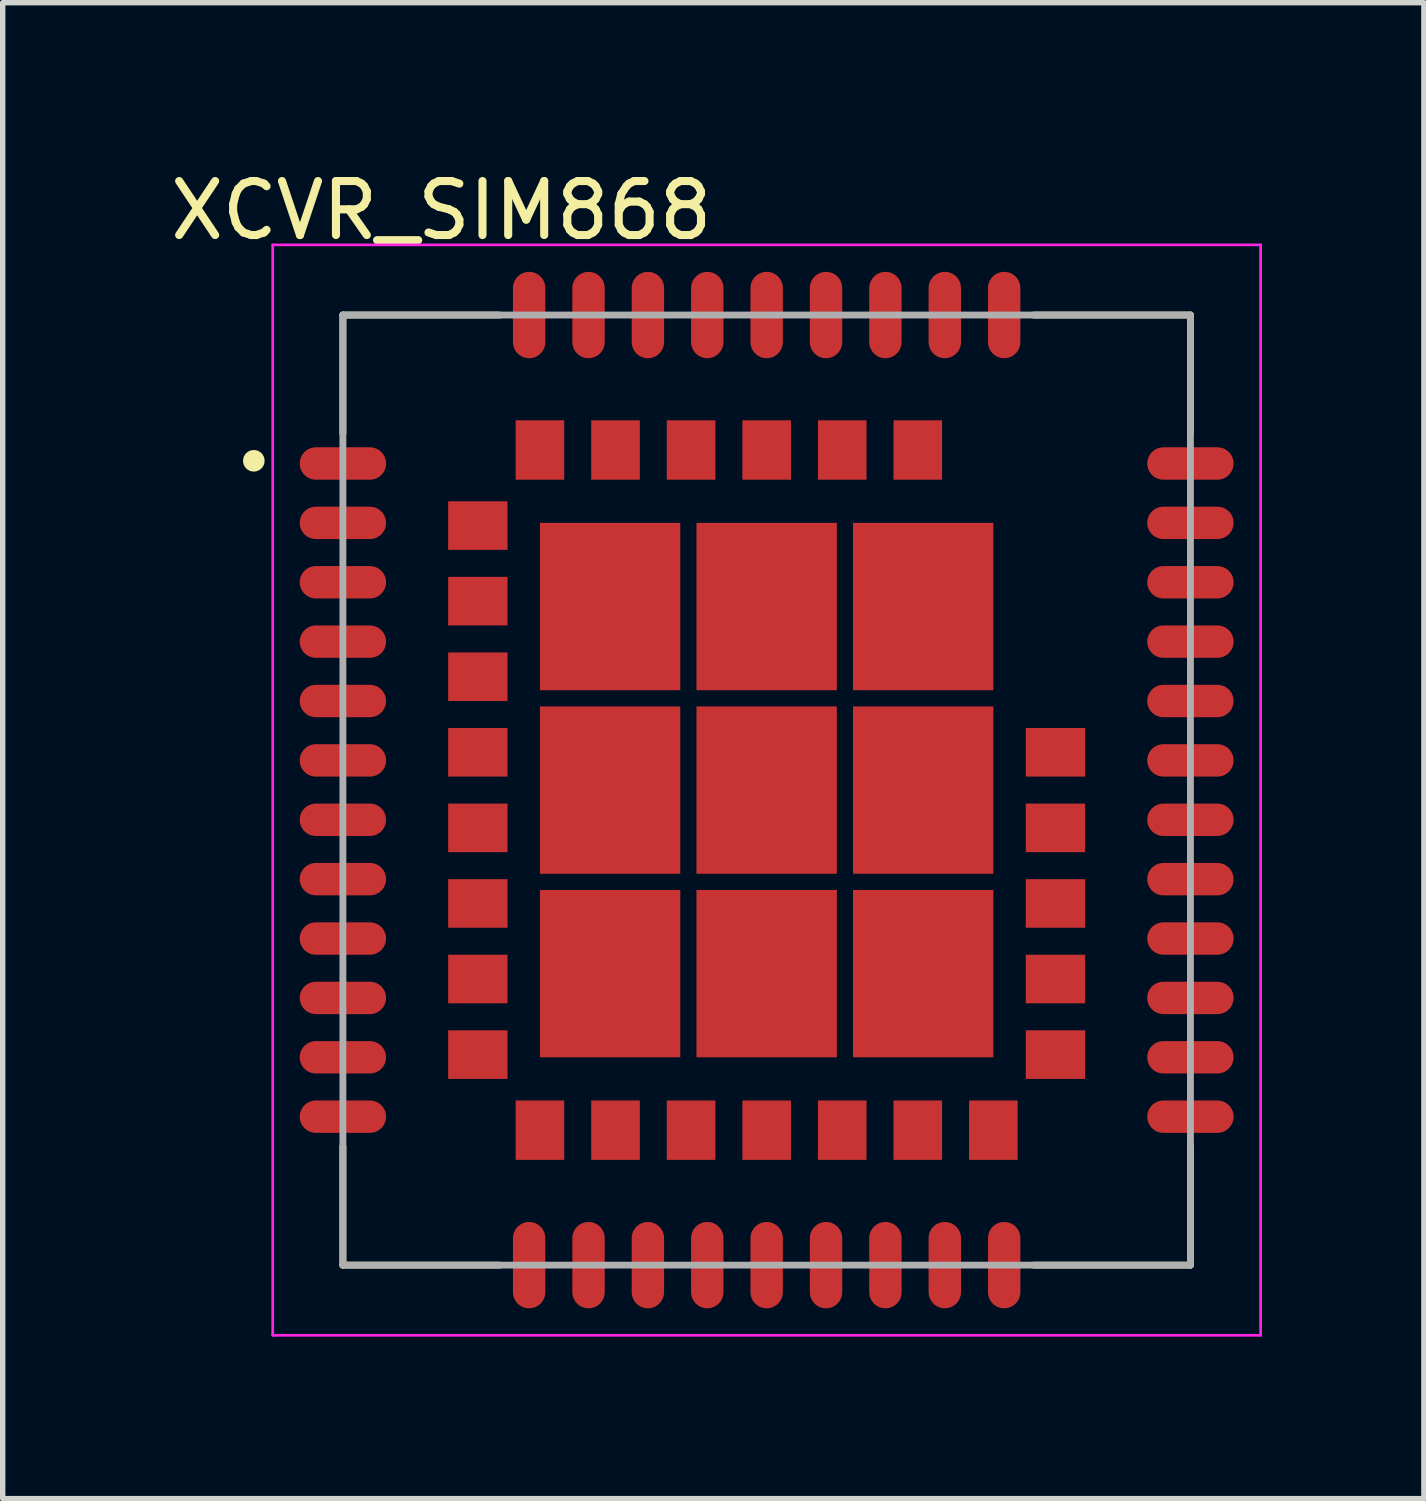
<source format=kicad_pcb>
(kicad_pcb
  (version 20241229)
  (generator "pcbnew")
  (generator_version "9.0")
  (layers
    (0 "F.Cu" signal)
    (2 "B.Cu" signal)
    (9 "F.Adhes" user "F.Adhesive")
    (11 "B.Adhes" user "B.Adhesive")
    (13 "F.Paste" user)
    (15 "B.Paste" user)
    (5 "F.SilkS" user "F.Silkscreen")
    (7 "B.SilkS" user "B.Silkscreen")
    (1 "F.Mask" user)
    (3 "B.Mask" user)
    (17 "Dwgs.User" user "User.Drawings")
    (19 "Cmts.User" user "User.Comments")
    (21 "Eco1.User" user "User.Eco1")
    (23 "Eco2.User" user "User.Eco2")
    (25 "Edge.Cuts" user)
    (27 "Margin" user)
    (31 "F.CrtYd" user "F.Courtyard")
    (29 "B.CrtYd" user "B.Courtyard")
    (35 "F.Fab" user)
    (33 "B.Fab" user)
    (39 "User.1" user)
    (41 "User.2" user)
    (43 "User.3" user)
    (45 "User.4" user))
  (footprint "XCVR_SIM868"
    (layer "F.Cu")
    (at 11.152 11.586)
    (property "Reference" "XCVR_SIM868" (at -6.026 -10.737 0) (layer "F.SilkS") (effects (font (size 1 1) (thickness 0.15))))
    (attr smd)
    (fp_line (start -7.85 -8.8) (end -4.95 -8.8) (stroke (width 0.127) (type solid)) (layer "F.SilkS"))
    (fp_line (start -7.85 -6.6) (end -7.85 -8.8) (stroke (width 0.127) (type solid)) (layer "F.SilkS"))
    (fp_line (start -7.85 6.6) (end -7.85 8.8) (stroke (width 0.127) (type solid)) (layer "F.SilkS"))
    (fp_line (start -7.85 8.8) (end -4.95 8.8) (stroke (width 0.127) (type solid)) (layer "F.SilkS"))
    (fp_line (start 4.95 -8.8) (end 7.85 -8.8) (stroke (width 0.127) (type solid)) (layer "F.SilkS"))
    (fp_line (start 4.95 8.8) (end 7.85 8.8) (stroke (width 0.127) (type solid)) (layer "F.SilkS"))
    (fp_line (start 7.85 -8.8) (end 7.85 -6.6) (stroke (width 0.127) (type solid)) (layer "F.SilkS"))
    (fp_line (start 7.85 8.8) (end 7.85 6.6) (stroke (width 0.127) (type solid)) (layer "F.SilkS"))
    (fp_circle (center -9.5 -6.1) (end -9.4 -6.1) (stroke (width 0.2) (type solid)) (fill no) (layer "F.SilkS"))
    (fp_poly (pts (xy -5.838 4.95) (xy -5.4 4.95) (xy -5.4 5.258) (xy -5.838 5.258)) (stroke (width 0.01) (type solid)) (fill yes) (layer "F.Paste"))
    (fp_poly (pts (xy -5.834 4.55) (xy -5.4 4.55) (xy -5.4 4.854) (xy -5.834 4.854)) (stroke (width 0.01) (type solid)) (fill yes) (layer "F.Paste"))
    (fp_poly (pts (xy -5.834 -0.655) (xy -5.405 -0.655) (xy -5.405 -0.346) (xy -5.834 -0.346)) (stroke (width 0.01) (type solid)) (fill yes) (layer "F.Paste"))
    (fp_poly (pts (xy -5.833 -2.457) (xy -5.407 -2.457) (xy -5.407 -2.147) (xy -5.833 -2.147)) (stroke (width 0.01) (type solid)) (fill yes) (layer "F.Paste"))
    (fp_poly (pts (xy -5.833 3.149) (xy -5.401 3.149) (xy -5.401 3.453) (xy -5.833 3.453)) (stroke (width 0.01) (type solid)) (fill yes) (layer "F.Paste"))
    (fp_poly (pts (xy -5.833 -3.458) (xy -5.408 -3.458) (xy -5.408 -3.147) (xy -5.833 -3.147)) (stroke (width 0.01) (type solid)) (fill yes) (layer "F.Paste"))
    (fp_poly (pts (xy -5.832 2.149) (xy -5.401 2.149) (xy -5.401 2.452) (xy -5.832 2.452)) (stroke (width 0.01) (type solid)) (fill yes) (layer "F.Paste"))
    (fp_poly (pts (xy -5.832 3.55) (xy -5.4 3.55) (xy -5.4 3.852) (xy -5.832 3.852)) (stroke (width 0.01) (type solid)) (fill yes) (layer "F.Paste"))
    (fp_poly (pts (xy -5.832 -3.858) (xy -5.408 -3.858) (xy -5.408 -3.548) (xy -5.832 -3.548)) (stroke (width 0.01) (type solid)) (fill yes) (layer "F.Paste"))
    (fp_poly (pts (xy -5.832 0.749) (xy -5.401 0.749) (xy -5.401 1.052) (xy -5.832 1.052)) (stroke (width 0.01) (type solid)) (fill yes) (layer "F.Paste"))
    (fp_poly (pts (xy -5.831 -4.858) (xy -5.408 -4.858) (xy -5.408 -4.549) (xy -5.831 -4.549)) (stroke (width 0.01) (type solid)) (fill yes) (layer "F.Paste"))
    (fp_poly (pts (xy -5.831 -5.259) (xy -5.409 -5.259) (xy -5.409 -4.949) (xy -5.831 -4.949)) (stroke (width 0.01) (type solid)) (fill yes) (layer "F.Paste"))
    (fp_poly (pts (xy -5.831 1.75) (xy -5.4 1.75) (xy -5.4 2.051) (xy -5.831 2.051)) (stroke (width 0.01) (type solid)) (fill yes) (layer "F.Paste"))
    (fp_poly (pts (xy -5.831 -2.051) (xy -5.401 -2.051) (xy -5.401 -1.749) (xy -5.831 -1.749)) (stroke (width 0.01) (type solid)) (fill yes) (layer "F.Paste"))
    (fp_poly (pts (xy -5.831 0.35) (xy -5.4 0.35) (xy -5.4 0.651) (xy -5.831 0.651)) (stroke (width 0.01) (type solid)) (fill yes) (layer "F.Paste"))
    (fp_poly (pts (xy -5.83 -1.05) (xy -5.4 -1.05) (xy -5.4 -0.75) (xy -5.83 -0.75)) (stroke (width 0.01) (type solid)) (fill yes) (layer "F.Paste"))
    (fp_poly (pts (xy -5.309 4.95) (xy -4.87 4.95) (xy -4.87 5.259) (xy -5.309 5.259)) (stroke (width 0.01) (type solid)) (fill yes) (layer "F.Paste"))
    (fp_poly (pts (xy -5.306 1.747) (xy -4.873 1.747) (xy -4.873 2.056) (xy -5.306 2.056)) (stroke (width 0.01) (type solid)) (fill yes) (layer "F.Paste"))
    (fp_poly (pts (xy -5.305 4.55) (xy -4.87 4.55) (xy -4.87 4.855) (xy -5.305 4.855)) (stroke (width 0.01) (type solid)) (fill yes) (layer "F.Paste"))
    (fp_poly (pts (xy -5.305 0.346) (xy -4.874 0.346) (xy -4.874 0.655) (xy -5.305 0.655)) (stroke (width 0.01) (type solid)) (fill yes) (layer "F.Paste"))
    (fp_poly (pts (xy -5.305 0.747) (xy -4.873 0.747) (xy -4.873 1.055) (xy -5.305 1.055)) (stroke (width 0.01) (type solid)) (fill yes) (layer "F.Paste"))
    (fp_poly (pts (xy -5.304 3.149) (xy -4.871 3.149) (xy -4.871 3.454) (xy -5.304 3.454)) (stroke (width 0.01) (type solid)) (fill yes) (layer "F.Paste"))
    (fp_poly (pts (xy -5.304 2.149) (xy -4.871 2.149) (xy -4.871 2.454) (xy -5.304 2.454)) (stroke (width 0.01) (type solid)) (fill yes) (layer "F.Paste"))
    (fp_poly (pts (xy -5.302 -1.053) (xy -4.873 -1.053) (xy -4.873 -0.748) (xy -5.302 -0.748)) (stroke (width 0.01) (type solid)) (fill yes) (layer "F.Paste"))
    (fp_poly (pts (xy -5.302 3.55) (xy -4.87 3.55) (xy -4.87 3.852) (xy -5.302 3.852)) (stroke (width 0.01) (type solid)) (fill yes) (layer "F.Paste"))
    (fp_poly (pts (xy -5.301 -3.857) (xy -4.877 -3.857) (xy -4.877 -3.549) (xy -5.301 -3.549)) (stroke (width 0.01) (type solid)) (fill yes) (layer "F.Paste"))
    (fp_poly (pts (xy -5.301 -3.455) (xy -4.875 -3.455) (xy -4.875 -3.149) (xy -5.301 -3.149)) (stroke (width 0.01) (type solid)) (fill yes) (layer "F.Paste"))
    (fp_poly (pts (xy -5.301 -2.052) (xy -4.872 -2.052) (xy -4.872 -1.749) (xy -5.301 -1.749)) (stroke (width 0.01) (type solid)) (fill yes) (layer "F.Paste"))
    (fp_poly (pts (xy -5.301 -0.651) (xy -4.871 -0.651) (xy -4.871 -0.349) (xy -5.301 -0.349)) (stroke (width 0.01) (type solid)) (fill yes) (layer "F.Paste"))
    (fp_poly (pts (xy -5.301 -2.452) (xy -4.872 -2.452) (xy -4.872 -2.149) (xy -5.301 -2.149)) (stroke (width 0.01) (type solid)) (fill yes) (layer "F.Paste"))
    (fp_poly (pts (xy -5.301 -4.859) (xy -4.879 -4.859) (xy -4.879 -4.549) (xy -5.301 -4.549)) (stroke (width 0.01) (type solid)) (fill yes) (layer "F.Paste"))
    (fp_poly (pts (xy -5.3 -5.254) (xy -4.874 -5.254) (xy -4.874 -4.95) (xy -5.3 -4.95)) (stroke (width 0.01) (type solid)) (fill yes) (layer "F.Paste"))
    (fp_poly (pts (xy -4.555 -6.25) (xy -4.25 -6.25) (xy -4.25 -5.827) (xy -4.555 -5.827)) (stroke (width 0.01) (type solid)) (fill yes) (layer "F.Paste"))
    (fp_poly (pts (xy -4.554 5.82) (xy -4.25 5.82) (xy -4.25 6.256) (xy -4.554 6.256)) (stroke (width 0.01) (type solid)) (fill yes) (layer "F.Paste"))
    (fp_poly (pts (xy -4.554 6.35) (xy -4.25 6.35) (xy -4.25 6.786) (xy -4.554 6.786)) (stroke (width 0.01) (type solid)) (fill yes) (layer "F.Paste"))
    (fp_poly (pts (xy -4.554 -6.78) (xy -4.25 -6.78) (xy -4.25 -6.356) (xy -4.554 -6.356)) (stroke (width 0.01) (type solid)) (fill yes) (layer "F.Paste"))
    (fp_poly (pts (xy -4.156 5.82) (xy -3.85 5.82) (xy -3.85 6.26) (xy -4.156 6.26)) (stroke (width 0.01) (type solid)) (fill yes) (layer "F.Paste"))
    (fp_poly (pts (xy -4.155 -6.25) (xy -3.85 -6.25) (xy -3.85 -5.827) (xy -4.155 -5.827)) (stroke (width 0.01) (type solid)) (fill yes) (layer "F.Paste"))
    (fp_poly (pts (xy -4.153 -6.78) (xy -3.85 -6.78) (xy -3.85 -6.355) (xy -4.153 -6.355)) (stroke (width 0.01) (type solid)) (fill yes) (layer "F.Paste"))
    (fp_poly (pts (xy -4.151 6.35) (xy -3.85 6.35) (xy -3.85 6.782) (xy -4.151 6.782)) (stroke (width 0.01) (type solid)) (fill yes) (layer "F.Paste"))
    (fp_poly (pts (xy -3.907 -1.25) (xy -3.2 -1.25) (xy -3.2 -0.301) (xy -3.907 -0.301)) (stroke (width 0.01) (type solid)) (fill yes) (layer "F.Paste"))
    (fp_poly (pts (xy -3.905 3.7) (xy -3.2 3.7) (xy -3.2 4.656) (xy -3.905 4.656)) (stroke (width 0.01) (type solid)) (fill yes) (layer "F.Paste"))
    (fp_poly (pts (xy -3.905 2.15) (xy -3.2 2.15) (xy -3.2 3.104) (xy -3.905 3.104)) (stroke (width 0.01) (type solid)) (fill yes) (layer "F.Paste"))
    (fp_poly (pts (xy -3.905 -3.1) (xy -3.2 -3.1) (xy -3.2 -2.153) (xy -3.905 -2.153)) (stroke (width 0.01) (type solid)) (fill yes) (layer "F.Paste"))
    (fp_poly (pts (xy -3.904 -4.65) (xy -3.2 -4.65) (xy -3.2 -3.704) (xy -3.904 -3.704)) (stroke (width 0.01) (type solid)) (fill yes) (layer "F.Paste"))
    (fp_poly (pts (xy -3.903 0.3) (xy -3.2 0.3) (xy -3.2 1.251) (xy -3.903 1.251)) (stroke (width 0.01) (type solid)) (fill yes) (layer "F.Paste"))
    (fp_poly (pts (xy -3.155 -6.25) (xy -2.85 -6.25) (xy -2.85 -5.83) (xy -3.155 -5.83)) (stroke (width 0.01) (type solid)) (fill yes) (layer "F.Paste"))
    (fp_poly (pts (xy -3.154 6.35) (xy -2.85 6.35) (xy -2.85 6.788) (xy -3.154 6.788)) (stroke (width 0.01) (type solid)) (fill yes) (layer "F.Paste"))
    (fp_poly (pts (xy -3.153 -6.78) (xy -2.85 -6.78) (xy -2.85 -6.356) (xy -3.153 -6.356)) (stroke (width 0.01) (type solid)) (fill yes) (layer "F.Paste"))
    (fp_poly (pts (xy -3.151 5.82) (xy -2.85 5.82) (xy -2.85 6.252) (xy -3.151 6.252)) (stroke (width 0.01) (type solid)) (fill yes) (layer "F.Paste"))
    (fp_poly (pts (xy -2.754 5.82) (xy -2.45 5.82) (xy -2.45 6.26) (xy -2.754 6.26)) (stroke (width 0.01) (type solid)) (fill yes) (layer "F.Paste"))
    (fp_poly (pts (xy -2.754 6.35) (xy -2.45 6.35) (xy -2.45 6.789) (xy -2.754 6.789)) (stroke (width 0.01) (type solid)) (fill yes) (layer "F.Paste"))
    (fp_poly (pts (xy -2.752 -6.78) (xy -2.45 -6.78) (xy -2.45 -6.355) (xy -2.752 -6.355)) (stroke (width 0.01) (type solid)) (fill yes) (layer "F.Paste"))
    (fp_poly (pts (xy -2.752 -6.25) (xy -2.45 -6.25) (xy -2.45 -5.823) (xy -2.752 -5.823)) (stroke (width 0.01) (type solid)) (fill yes) (layer "F.Paste"))
    (fp_poly (pts (xy -2.604 3.7) (xy -1.9 3.7) (xy -1.9 4.658) (xy -2.604 4.658)) (stroke (width 0.01) (type solid)) (fill yes) (layer "F.Paste"))
    (fp_poly (pts (xy -2.603 -3.1) (xy -1.9 -3.1) (xy -1.9 -2.153) (xy -2.603 -2.153)) (stroke (width 0.01) (type solid)) (fill yes) (layer "F.Paste"))
    (fp_poly (pts (xy -2.602 0.3) (xy -1.9 0.3) (xy -1.9 1.251) (xy -2.602 1.251)) (stroke (width 0.01) (type solid)) (fill yes) (layer "F.Paste"))
    (fp_poly (pts (xy -2.602 -4.65) (xy -1.9 -4.65) (xy -1.9 -3.703) (xy -2.602 -3.703)) (stroke (width 0.01) (type solid)) (fill yes) (layer "F.Paste"))
    (fp_poly (pts (xy -2.6 -1.25) (xy -1.9 -1.25) (xy -1.9 -0.3) (xy -2.6 -0.3)) (stroke (width 0.01) (type solid)) (fill yes) (layer "F.Paste"))
    (fp_poly (pts (xy -2.6 2.15) (xy -1.9 2.15) (xy -1.9 3.1) (xy -2.6 3.1)) (stroke (width 0.01) (type solid)) (fill yes) (layer "F.Paste"))
    (fp_poly (pts (xy -1.753 5.82) (xy -1.45 5.82) (xy -1.45 6.26) (xy -1.753 6.26)) (stroke (width 0.01) (type solid)) (fill yes) (layer "F.Paste"))
    (fp_poly (pts (xy -1.751 -6.25) (xy -1.45 -6.25) (xy -1.45 -5.823) (xy -1.751 -5.823)) (stroke (width 0.01) (type solid)) (fill yes) (layer "F.Paste"))
    (fp_poly (pts (xy -1.751 -6.78) (xy -1.45 -6.78) (xy -1.45 -6.352) (xy -1.751 -6.352)) (stroke (width 0.01) (type solid)) (fill yes) (layer "F.Paste"))
    (fp_poly (pts (xy -1.75 6.35) (xy -1.45 6.35) (xy -1.45 6.782) (xy -1.75 6.782)) (stroke (width 0.01) (type solid)) (fill yes) (layer "F.Paste"))
    (fp_poly (pts (xy -1.353 -6.78) (xy -1.05 -6.78) (xy -1.05 -6.363) (xy -1.353 -6.363)) (stroke (width 0.01) (type solid)) (fill yes) (layer "F.Paste"))
    (fp_poly (pts (xy -1.352 5.82) (xy -1.05 5.82) (xy -1.05 6.259) (xy -1.352 6.259)) (stroke (width 0.01) (type solid)) (fill yes) (layer "F.Paste"))
    (fp_poly (pts (xy -1.351 6.35) (xy -1.05 6.35) (xy -1.05 6.788) (xy -1.351 6.788)) (stroke (width 0.01) (type solid)) (fill yes) (layer "F.Paste"))
    (fp_poly (pts (xy -1.351 -6.25) (xy -1.05 -6.25) (xy -1.05 -5.824) (xy -1.351 -5.824)) (stroke (width 0.01) (type solid)) (fill yes) (layer "F.Paste"))
    (fp_poly (pts (xy -1.002 -1.25) (xy -0.3 -1.25) (xy -0.3 -0.301) (xy -1.002 -0.301)) (stroke (width 0.01) (type solid)) (fill yes) (layer "F.Paste"))
    (fp_poly (pts (xy -1.002 2.15) (xy -0.3 2.15) (xy -0.3 3.105) (xy -1.002 3.105)) (stroke (width 0.01) (type solid)) (fill yes) (layer "F.Paste"))
    (fp_poly (pts (xy -1.001 3.7) (xy -0.3 3.7) (xy -0.3 4.655) (xy -1.001 4.655)) (stroke (width 0.01) (type solid)) (fill yes) (layer "F.Paste"))
    (fp_poly (pts (xy -1.001 -4.65) (xy -0.3 -4.65) (xy -0.3 -3.704) (xy -1.001 -3.704)) (stroke (width 0.01) (type solid)) (fill yes) (layer "F.Paste"))
    (fp_poly (pts (xy -1.001 0.3) (xy -0.3 0.3) (xy -0.3 1.251) (xy -1.001 1.251)) (stroke (width 0.01) (type solid)) (fill yes) (layer "F.Paste"))
    (fp_poly (pts (xy -1.001 -3.1) (xy -0.3 -3.1) (xy -0.3 -2.151) (xy -1.001 -2.151)) (stroke (width 0.01) (type solid)) (fill yes) (layer "F.Paste"))
    (fp_poly (pts (xy -0.351 -6.25) (xy -0.05 -6.25) (xy -0.05 -5.83) (xy -0.351 -5.83)) (stroke (width 0.01) (type solid)) (fill yes) (layer "F.Paste"))
    (fp_poly (pts (xy -0.35 -6.78) (xy -0.05 -6.78) (xy -0.05 -6.351) (xy -0.35 -6.351)) (stroke (width 0.01) (type solid)) (fill yes) (layer "F.Paste"))
    (fp_poly (pts (xy -0.35 5.82) (xy -0.05 5.82) (xy -0.05 6.251) (xy -0.35 6.251)) (stroke (width 0.01) (type solid)) (fill yes) (layer "F.Paste"))
    (fp_poly (pts (xy -0.35 6.35) (xy -0.05 6.35) (xy -0.05 6.781) (xy -0.35 6.781)) (stroke (width 0.01) (type solid)) (fill yes) (layer "F.Paste"))
    (fp_poly (pts (xy 0.05 -6.78) (xy 0.35 -6.78) (xy 0.35 -6.353) (xy 0.05 -6.353)) (stroke (width 0.01) (type solid)) (fill yes) (layer "F.Paste"))
    (fp_poly (pts (xy 0.05 5.82) (xy 0.35 5.82) (xy 0.35 6.254) (xy 0.05 6.254)) (stroke (width 0.01) (type solid)) (fill yes) (layer "F.Paste"))
    (fp_poly (pts (xy 0.05 -6.25) (xy 0.35 -6.25) (xy 0.35 -5.829) (xy 0.05 -5.829)) (stroke (width 0.01) (type solid)) (fill yes) (layer "F.Paste"))
    (fp_poly (pts (xy 0.05 6.35) (xy 0.35 6.35) (xy 0.35 6.791) (xy 0.05 6.791)) (stroke (width 0.01) (type solid)) (fill yes) (layer "F.Paste"))
    (fp_poly (pts (xy 0.3 0.3) (xy 1 0.3) (xy 1 1.25) (xy 0.3 1.25)) (stroke (width 0.01) (type solid)) (fill yes) (layer "F.Paste"))
    (fp_poly (pts (xy 0.3 3.7) (xy 1 3.7) (xy 1 4.651) (xy 0.3 4.651)) (stroke (width 0.01) (type solid)) (fill yes) (layer "F.Paste"))
    (fp_poly (pts (xy 0.3 -4.65) (xy 1 -4.65) (xy 1 -3.704) (xy 0.3 -3.704)) (stroke (width 0.01) (type solid)) (fill yes) (layer "F.Paste"))
    (fp_poly (pts (xy 0.3 -1.25) (xy 1 -1.25) (xy 1 -0.3) (xy 0.3 -0.3)) (stroke (width 0.01) (type solid)) (fill yes) (layer "F.Paste"))
    (fp_poly (pts (xy 0.3 2.15) (xy 1 2.15) (xy 1 3.105) (xy 0.3 3.105)) (stroke (width 0.01) (type solid)) (fill yes) (layer "F.Paste"))
    (fp_poly (pts (xy 0.301 -3.1) (xy 1 -3.1) (xy 1 -2.154) (xy 0.301 -2.154)) (stroke (width 0.01) (type solid)) (fill yes) (layer "F.Paste"))
    (fp_poly (pts (xy 1.05 -6.25) (xy 1.35 -6.25) (xy 1.35 -5.821) (xy 1.05 -5.821)) (stroke (width 0.01) (type solid)) (fill yes) (layer "F.Paste"))
    (fp_poly (pts (xy 1.05 5.82) (xy 1.35 5.82) (xy 1.35 6.252) (xy 1.05 6.252)) (stroke (width 0.01) (type solid)) (fill yes) (layer "F.Paste"))
    (fp_poly (pts (xy 1.051 -6.78) (xy 1.35 -6.78) (xy 1.35 -6.356) (xy 1.051 -6.356)) (stroke (width 0.01) (type solid)) (fill yes) (layer "F.Paste"))
    (fp_poly (pts (xy 1.051 6.35) (xy 1.35 6.35) (xy 1.35 6.787) (xy 1.051 6.787)) (stroke (width 0.01) (type solid)) (fill yes) (layer "F.Paste"))
    (fp_poly (pts (xy 1.451 6.35) (xy 1.75 6.35) (xy 1.75 6.785) (xy 1.451 6.785)) (stroke (width 0.01) (type solid)) (fill yes) (layer "F.Paste"))
    (fp_poly (pts (xy 1.451 -6.78) (xy 1.75 -6.78) (xy 1.75 -6.355) (xy 1.451 -6.355)) (stroke (width 0.01) (type solid)) (fill yes) (layer "F.Paste"))
    (fp_poly (pts (xy 1.452 5.82) (xy 1.75 5.82) (xy 1.75 6.257) (xy 1.452 6.257)) (stroke (width 0.01) (type solid)) (fill yes) (layer "F.Paste"))
    (fp_poly (pts (xy 1.452 -6.25) (xy 1.75 -6.25) (xy 1.75 -5.83) (xy 1.452 -5.83)) (stroke (width 0.01) (type solid)) (fill yes) (layer "F.Paste"))
    (fp_poly (pts (xy 1.9 2.15) (xy 2.6 2.15) (xy 2.6 3.1) (xy 1.9 3.1)) (stroke (width 0.01) (type solid)) (fill yes) (layer "F.Paste"))
    (fp_poly (pts (xy 1.902 -4.65) (xy 2.6 -4.65) (xy 2.6 -3.704) (xy 1.902 -3.704)) (stroke (width 0.01) (type solid)) (fill yes) (layer "F.Paste"))
    (fp_poly (pts (xy 1.902 -3.1) (xy 2.6 -3.1) (xy 2.6 -2.153) (xy 1.902 -2.153)) (stroke (width 0.01) (type solid)) (fill yes) (layer "F.Paste"))
    (fp_poly (pts (xy 1.903 0.3) (xy 2.6 0.3) (xy 2.6 1.252) (xy 1.903 1.252)) (stroke (width 0.01) (type solid)) (fill yes) (layer "F.Paste"))
    (fp_poly (pts (xy 1.903 3.7) (xy 2.6 3.7) (xy 2.6 4.657) (xy 1.903 4.657)) (stroke (width 0.01) (type solid)) (fill yes) (layer "F.Paste"))
    (fp_poly (pts (xy 1.903 -1.25) (xy 2.6 -1.25) (xy 2.6 -0.3) (xy 1.903 -0.3)) (stroke (width 0.01) (type solid)) (fill yes) (layer "F.Paste"))
    (fp_poly (pts (xy 2.452 5.82) (xy 2.75 5.82) (xy 2.75 6.254) (xy 2.452 6.254)) (stroke (width 0.01) (type solid)) (fill yes) (layer "F.Paste"))
    (fp_poly (pts (xy 2.453 -6.78) (xy 2.75 -6.78) (xy 2.75 -6.358) (xy 2.453 -6.358)) (stroke (width 0.01) (type solid)) (fill yes) (layer "F.Paste"))
    (fp_poly (pts (xy 2.453 -6.25) (xy 2.75 -6.25) (xy 2.75 -5.828) (xy 2.453 -5.828)) (stroke (width 0.01) (type solid)) (fill yes) (layer "F.Paste"))
    (fp_poly (pts (xy 2.454 6.35) (xy 2.75 6.35) (xy 2.75 6.792) (xy 2.454 6.792)) (stroke (width 0.01) (type solid)) (fill yes) (layer "F.Paste"))
    (fp_poly (pts (xy 2.85 5.82) (xy 3.15 5.82) (xy 3.15 6.251) (xy 2.85 6.251)) (stroke (width 0.01) (type solid)) (fill yes) (layer "F.Paste"))
    (fp_poly (pts (xy 2.85 6.35) (xy 3.15 6.35) (xy 3.15 6.781) (xy 2.85 6.781)) (stroke (width 0.01) (type solid)) (fill yes) (layer "F.Paste"))
    (fp_poly (pts (xy 2.853 -6.78) (xy 3.15 -6.78) (xy 3.15 -6.356) (xy 2.853 -6.356)) (stroke (width 0.01) (type solid)) (fill yes) (layer "F.Paste"))
    (fp_poly (pts (xy 2.854 -6.25) (xy 3.15 -6.25) (xy 3.15 -5.829) (xy 2.854 -5.829)) (stroke (width 0.01) (type solid)) (fill yes) (layer "F.Paste"))
    (fp_poly (pts (xy 3.202 3.7) (xy 3.9 3.7) (xy 3.9 4.653) (xy 3.202 4.653)) (stroke (width 0.01) (type solid)) (fill yes) (layer "F.Paste"))
    (fp_poly (pts (xy 3.202 -3.1) (xy 3.9 -3.1) (xy 3.9 -2.151) (xy 3.202 -2.151)) (stroke (width 0.01) (type solid)) (fill yes) (layer "F.Paste"))
    (fp_poly (pts (xy 3.203 2.15) (xy 3.9 2.15) (xy 3.9 3.103) (xy 3.203 3.103)) (stroke (width 0.01) (type solid)) (fill yes) (layer "F.Paste"))
    (fp_poly (pts (xy 3.204 -1.25) (xy 3.9 -1.25) (xy 3.9 -0.3) (xy 3.204 -0.3)) (stroke (width 0.01) (type solid)) (fill yes) (layer "F.Paste"))
    (fp_poly (pts (xy 3.205 -4.65) (xy 3.9 -4.65) (xy 3.9 -3.705) (xy 3.205 -3.705)) (stroke (width 0.01) (type solid)) (fill yes) (layer "F.Paste"))
    (fp_poly (pts (xy 3.206 0.3) (xy 3.9 0.3) (xy 3.9 1.252) (xy 3.206 1.252)) (stroke (width 0.01) (type solid)) (fill yes) (layer "F.Paste"))
    (fp_poly (pts (xy 3.851 6.35) (xy 4.15 6.35) (xy 4.15 6.781) (xy 3.851 6.781)) (stroke (width 0.01) (type solid)) (fill yes) (layer "F.Paste"))
    (fp_poly (pts (xy 3.851 5.82) (xy 4.15 5.82) (xy 4.15 6.252) (xy 3.851 6.252)) (stroke (width 0.01) (type solid)) (fill yes) (layer "F.Paste"))
    (fp_poly (pts (xy 4.251 6.35) (xy 4.55 6.35) (xy 4.55 6.782) (xy 4.251 6.782)) (stroke (width 0.01) (type solid)) (fill yes) (layer "F.Paste"))
    (fp_poly (pts (xy 4.258 5.82) (xy 4.55 5.82) (xy 4.55 6.261) (xy 4.258 6.261)) (stroke (width 0.01) (type solid)) (fill yes) (layer "F.Paste"))
    (fp_poly (pts (xy 4.87 4.96) (xy 5.31 4.96) (xy 5.31 5.25) (xy 4.87 5.25)) (stroke (width 0.01) (type solid)) (fill yes) (layer "F.Paste"))
    (fp_poly (pts (xy 4.87 4.556) (xy 5.306 4.556) (xy 5.306 4.85) (xy 4.87 4.85)) (stroke (width 0.01) (type solid)) (fill yes) (layer "F.Paste"))
    (fp_poly (pts (xy 4.87 3.151) (xy 5.301 3.151) (xy 5.301 3.45) (xy 4.87 3.45)) (stroke (width 0.01) (type solid)) (fill yes) (layer "F.Paste"))
    (fp_poly (pts (xy 4.87 1.751) (xy 5.301 1.751) (xy 5.301 2.05) (xy 4.87 2.05)) (stroke (width 0.01) (type solid)) (fill yes) (layer "F.Paste"))
    (fp_poly (pts (xy 4.871 3.557) (xy 5.307 3.557) (xy 5.307 3.849) (xy 4.871 3.849)) (stroke (width 0.01) (type solid)) (fill yes) (layer "F.Paste"))
    (fp_poly (pts (xy 4.871 -0.649) (xy 5.301 -0.649) (xy 5.301 -0.351) (xy 4.871 -0.351)) (stroke (width 0.01) (type solid)) (fill yes) (layer "F.Paste"))
    (fp_poly (pts (xy 4.871 -1.049) (xy 5.301 -1.049) (xy 5.301 -0.751) (xy 4.871 -0.751)) (stroke (width 0.01) (type solid)) (fill yes) (layer "F.Paste"))
    (fp_poly (pts (xy 4.872 2.155) (xy 5.305 2.155) (xy 5.305 2.448) (xy 4.872 2.448)) (stroke (width 0.01) (type solid)) (fill yes) (layer "F.Paste"))
    (fp_poly (pts (xy 4.872 0.353) (xy 5.303 0.353) (xy 5.303 0.648) (xy 4.872 0.648)) (stroke (width 0.01) (type solid)) (fill yes) (layer "F.Paste"))
    (fp_poly (pts (xy 4.873 0.755) (xy 5.305 0.755) (xy 5.305 1.047) (xy 4.873 1.047)) (stroke (width 0.01) (type solid)) (fill yes) (layer "F.Paste"))
    (fp_poly (pts (xy 5.4 4.954) (xy 5.834 4.954) (xy 5.834 5.25) (xy 5.4 5.25)) (stroke (width 0.01) (type solid)) (fill yes) (layer "F.Paste"))
    (fp_poly (pts (xy 5.401 4.56) (xy 5.84 4.56) (xy 5.84 4.849) (xy 5.401 4.849)) (stroke (width 0.01) (type solid)) (fill yes) (layer "F.Paste"))
    (fp_poly (pts (xy 5.401 0.751) (xy 5.831 0.751) (xy 5.831 1.049) (xy 5.401 1.049)) (stroke (width 0.01) (type solid)) (fill yes) (layer "F.Paste"))
    (fp_poly (pts (xy 5.401 1.752) (xy 5.832 1.752) (xy 5.832 2.049) (xy 5.401 2.049)) (stroke (width 0.01) (type solid)) (fill yes) (layer "F.Paste"))
    (fp_poly (pts (xy 5.401 3.154) (xy 5.834 3.154) (xy 5.834 3.449) (xy 5.401 3.449)) (stroke (width 0.01) (type solid)) (fill yes) (layer "F.Paste"))
    (fp_poly (pts (xy 5.401 3.557) (xy 5.837 3.557) (xy 5.837 3.849) (xy 5.401 3.849)) (stroke (width 0.01) (type solid)) (fill yes) (layer "F.Paste"))
    (fp_poly (pts (xy 5.401 0.352) (xy 5.832 0.352) (xy 5.832 0.649) (xy 5.401 0.649)) (stroke (width 0.01) (type solid)) (fill yes) (layer "F.Paste"))
    (fp_poly (pts (xy 5.401 -1.049) (xy 5.831 -1.049) (xy 5.831 -0.751) (xy 5.401 -0.751)) (stroke (width 0.01) (type solid)) (fill yes) (layer "F.Paste"))
    (fp_poly (pts (xy 5.402 2.155) (xy 5.835 2.155) (xy 5.835 2.448) (xy 5.402 2.448)) (stroke (width 0.01) (type solid)) (fill yes) (layer "F.Paste"))
    (fp_poly (pts (xy 5.406 -0.645) (xy 5.835 -0.645) (xy 5.835 -0.356) (xy 5.406 -0.356)) (stroke (width 0.01) (type solid)) (fill yes) (layer "F.Paste"))
    (fp_line (start -9.15 -10.1) (end 9.15 -10.1) (stroke (width 0.05) (type solid)) (layer "F.CrtYd"))
    (fp_line (start -9.15 10.1) (end -9.15 -10.1) (stroke (width 0.05) (type solid)) (layer "F.CrtYd"))
    (fp_line (start 9.15 -10.1) (end 9.15 10.1) (stroke (width 0.05) (type solid)) (layer "F.CrtYd"))
    (fp_line (start 9.15 10.1) (end -9.15 10.1) (stroke (width 0.05) (type solid)) (layer "F.CrtYd"))
    (fp_line (start -7.85 -8.8) (end 7.85 -8.8) (stroke (width 0.127) (type solid)) (layer "F.Fab"))
    (fp_line (start -7.85 8.8) (end -7.85 -8.8) (stroke (width 0.127) (type solid)) (layer "F.Fab"))
    (fp_line (start 7.85 -8.8) (end 7.85 8.8) (stroke (width 0.127) (type solid)) (layer "F.Fab"))
    (fp_line (start 7.85 8.8) (end -7.85 8.8) (stroke (width 0.127) (type solid)) (layer "F.Fab"))
    (pad "1" smd oval (at -7.85 -6.05) (size 1.6 0.6) (layers "F.Cu" "F.Mask" "F.Paste"))
    (pad "2" smd oval (at -7.85 -4.95) (size 1.6 0.6) (layers "F.Cu" "F.Mask" "F.Paste"))
    (pad "3" smd oval (at -7.85 -3.85) (size 1.6 0.6) (layers "F.Cu" "F.Mask" "F.Paste"))
    (pad "4" smd oval (at -7.85 -2.75) (size 1.6 0.6) (layers "F.Cu" "F.Mask" "F.Paste"))
    (pad "5" smd oval (at -7.85 -1.65) (size 1.6 0.6) (layers "F.Cu" "F.Mask" "F.Paste"))
    (pad "6" smd oval (at -7.85 -0.55) (size 1.6 0.6) (layers "F.Cu" "F.Mask" "F.Paste"))
    (pad "7" smd oval (at -7.85 0.55) (size 1.6 0.6) (layers "F.Cu" "F.Mask" "F.Paste"))
    (pad "8" smd oval (at -7.85 1.65) (size 1.6 0.6) (layers "F.Cu" "F.Mask" "F.Paste"))
    (pad "9" smd oval (at -7.85 2.75) (size 1.6 0.6) (layers "F.Cu" "F.Mask" "F.Paste"))
    (pad "10" smd oval (at -7.85 3.85) (size 1.6 0.6) (layers "F.Cu" "F.Mask" "F.Paste"))
    (pad "11" smd oval (at -7.85 4.95) (size 1.6 0.6) (layers "F.Cu" "F.Mask" "F.Paste"))
    (pad "12" smd oval (at -7.85 6.05) (size 1.6 0.6) (layers "F.Cu" "F.Mask" "F.Paste"))
    (pad "13" smd oval (at -4.4 8.8 90) (size 1.6 0.6) (layers "F.Cu" "F.Mask" "F.Paste"))
    (pad "14" smd oval (at -3.3 8.8 90) (size 1.6 0.6) (layers "F.Cu" "F.Mask" "F.Paste"))
    (pad "15" smd oval (at -2.2 8.8 90) (size 1.6 0.6) (layers "F.Cu" "F.Mask" "F.Paste"))
    (pad "16" smd oval (at -1.1 8.8 90) (size 1.6 0.6) (layers "F.Cu" "F.Mask" "F.Paste"))
    (pad "17" smd oval (at 0 8.8 90) (size 1.6 0.6) (layers "F.Cu" "F.Mask" "F.Paste"))
    (pad "18" smd oval (at 1.1 8.8 90) (size 1.6 0.6) (layers "F.Cu" "F.Mask" "F.Paste"))
    (pad "19" smd oval (at 2.2 8.8 90) (size 1.6 0.6) (layers "F.Cu" "F.Mask" "F.Paste"))
    (pad "20" smd oval (at 3.3 8.8 90) (size 1.6 0.6) (layers "F.Cu" "F.Mask" "F.Paste"))
    (pad "21" smd oval (at 4.4 8.8 90) (size 1.6 0.6) (layers "F.Cu" "F.Mask" "F.Paste"))
    (pad "22" smd oval (at 7.85 6.05 180) (size 1.6 0.6) (layers "F.Cu" "F.Mask" "F.Paste"))
    (pad "23" smd oval (at 7.85 4.95 180) (size 1.6 0.6) (layers "F.Cu" "F.Mask" "F.Paste"))
    (pad "24" smd oval (at 7.85 3.85 180) (size 1.6 0.6) (layers "F.Cu" "F.Mask" "F.Paste"))
    (pad "25" smd oval (at 7.85 2.75 180) (size 1.6 0.6) (layers "F.Cu" "F.Mask" "F.Paste"))
    (pad "26" smd oval (at 7.85 1.65 180) (size 1.6 0.6) (layers "F.Cu" "F.Mask" "F.Paste"))
    (pad "27" smd oval (at 7.85 0.55 180) (size 1.6 0.6) (layers "F.Cu" "F.Mask" "F.Paste"))
    (pad "28" smd oval (at 7.85 -0.55 180) (size 1.6 0.6) (layers "F.Cu" "F.Mask" "F.Paste"))
    (pad "29" smd oval (at 7.85 -1.65 180) (size 1.6 0.6) (layers "F.Cu" "F.Mask" "F.Paste"))
    (pad "30" smd oval (at 7.85 -2.75 180) (size 1.6 0.6) (layers "F.Cu" "F.Mask" "F.Paste"))
    (pad "31" smd oval (at 7.85 -3.85 180) (size 1.6 0.6) (layers "F.Cu" "F.Mask" "F.Paste"))
    (pad "32" smd oval (at 7.85 -4.95 180) (size 1.6 0.6) (layers "F.Cu" "F.Mask" "F.Paste"))
    (pad "33" smd oval (at 7.85 -6.05 180) (size 1.6 0.6) (layers "F.Cu" "F.Mask" "F.Paste"))
    (pad "34" smd oval (at 4.4 -8.8 270) (size 1.6 0.6) (layers "F.Cu" "F.Mask" "F.Paste"))
    (pad "35" smd oval (at 3.3 -8.8 270) (size 1.6 0.6) (layers "F.Cu" "F.Mask" "F.Paste"))
    (pad "36" smd oval (at 2.2 -8.8 270) (size 1.6 0.6) (layers "F.Cu" "F.Mask" "F.Paste"))
    (pad "37" smd oval (at 1.1 -8.8 270) (size 1.6 0.6) (layers "F.Cu" "F.Mask" "F.Paste"))
    (pad "38" smd oval (at 0 -8.8 270) (size 1.6 0.6) (layers "F.Cu" "F.Mask" "F.Paste"))
    (pad "39" smd oval (at -1.1 -8.8 270) (size 1.6 0.6) (layers "F.Cu" "F.Mask" "F.Paste"))
    (pad "40" smd oval (at -2.2 -8.8 270) (size 1.6 0.6) (layers "F.Cu" "F.Mask" "F.Paste"))
    (pad "41" smd oval (at -3.3 -8.8 270) (size 1.6 0.6) (layers "F.Cu" "F.Mask" "F.Paste"))
    (pad "42" smd oval (at -4.4 -8.8 270) (size 1.6 0.6) (layers "F.Cu" "F.Mask" "F.Paste"))
    (pad "43" smd rect (at -5.35 -4.9) (size 1.1 0.9) (layers "F.Cu" "F.Mask"))
    (pad "44" smd rect (at -5.35 -3.5) (size 1.1 0.9) (layers "F.Cu" "F.Mask"))
    (pad "45" smd rect (at -5.35 -2.1) (size 1.1 0.9) (layers "F.Cu" "F.Mask"))
    (pad "46" smd rect (at -5.35 -0.7) (size 1.1 0.9) (layers "F.Cu" "F.Mask"))
    (pad "47" smd rect (at -5.35 0.7) (size 1.1 0.9) (layers "F.Cu" "F.Mask"))
    (pad "48" smd rect (at -5.35 2.1) (size 1.1 0.9) (layers "F.Cu" "F.Mask"))
    (pad "49" smd rect (at -5.35 3.5) (size 1.1 0.9) (layers "F.Cu" "F.Mask"))
    (pad "50" smd rect (at -5.35 4.9) (size 1.1 0.9) (layers "F.Cu" "F.Mask"))
    (pad "51" smd rect (at -4.2 6.3 90) (size 1.1 0.9) (layers "F.Cu" "F.Mask"))
    (pad "52" smd rect (at -2.8 6.3 90) (size 1.1 0.9) (layers "F.Cu" "F.Mask"))
    (pad "53" smd rect (at -1.4 6.3 90) (size 1.1 0.9) (layers "F.Cu" "F.Mask"))
    (pad "54" smd rect (at 0 6.3 90) (size 1.1 0.9) (layers "F.Cu" "F.Mask"))
    (pad "55" smd rect (at 1.4 6.3 90) (size 1.1 0.9) (layers "F.Cu" "F.Mask"))
    (pad "56" smd rect (at 2.8 6.3 90) (size 1.1 0.9) (layers "F.Cu" "F.Mask"))
    (pad "57" smd rect (at 4.2 6.3 90) (size 1.1 0.9) (layers "F.Cu" "F.Mask"))
    (pad "58" smd rect (at 5.35 4.9 180) (size 1.1 0.9) (layers "F.Cu" "F.Mask"))
    (pad "59" smd rect (at 5.35 3.5 180) (size 1.1 0.9) (layers "F.Cu" "F.Mask"))
    (pad "60" smd rect (at 5.35 2.1 180) (size 1.1 0.9) (layers "F.Cu" "F.Mask"))
    (pad "61" smd rect (at 5.35 0.7 180) (size 1.1 0.9) (layers "F.Cu" "F.Mask"))
    (pad "62" smd rect (at 5.35 -0.7 180) (size 1.1 0.9) (layers "F.Cu" "F.Mask"))
    (pad "63" smd rect (at 2.8 -6.3 270) (size 1.1 0.9) (layers "F.Cu" "F.Mask"))
    (pad "64" smd rect (at 1.4 -6.3 270) (size 1.1 0.9) (layers "F.Cu" "F.Mask"))
    (pad "65" smd rect (at 0 -6.3 270) (size 1.1 0.9) (layers "F.Cu" "F.Mask"))
    (pad "66" smd rect (at -1.4 -6.3 270) (size 1.1 0.9) (layers "F.Cu" "F.Mask"))
    (pad "67" smd rect (at -2.8 -6.3 270) (size 1.1 0.9) (layers "F.Cu" "F.Mask"))
    (pad "68" smd rect (at -4.2 -6.3 270) (size 1.1 0.9) (layers "F.Cu" "F.Mask"))
    (pad "69" smd rect (at -2.9 -3.4) (size 2.6 3.1) (layers "F.Cu" "F.Mask"))
    (pad "70" smd rect (at -2.9 0) (size 2.6 3.1) (layers "F.Cu" "F.Mask"))
    (pad "71" smd rect (at -2.9 3.4) (size 2.6 3.1) (layers "F.Cu" "F.Mask"))
    (pad "72" smd rect (at 0 3.4) (size 2.6 3.1) (layers "F.Cu" "F.Mask"))
    (pad "73" smd rect (at 2.9 3.4) (size 2.6 3.1) (layers "F.Cu" "F.Mask"))
    (pad "74" smd rect (at 2.9 0) (size 2.6 3.1) (layers "F.Cu" "F.Mask"))
    (pad "75" smd rect (at 2.9 -3.4) (size 2.6 3.1) (layers "F.Cu" "F.Mask"))
    (pad "76" smd rect (at 0 -3.4) (size 2.6 3.1) (layers "F.Cu" "F.Mask"))
    (pad "77" smd rect (at 0 0) (size 2.6 3.1) (layers "F.Cu" "F.Mask"))
    (zone (net_name "") (layer "F.Cu") (hatch full 0.508) (connect_pads) (min_thickness 0.01) (filled_areas_thickness no) (keepout (tracks not_allowed) (vias not_allowed) (pads not_allowed) (copperpour not_allowed) (footprints allowed)) (placement (enabled no)) (fill) (polygon (pts (xy 15.654 4.186) (xy 17.802 4.186) (xy 17.802 9.485) (xy 15.654 9.485))))
    (zone (net_name "") (layers "F.Cu" "B.Cu") (hatch full 0.508) (connect_pads) (min_thickness 0.01) (filled_areas_thickness no) (keepout (tracks allowed) (vias not_allowed) (pads allowed) (copperpour allowed) (footprints allowed)) (placement (enabled no)) (fill) (polygon (pts (xy 15.66 4.186) (xy 17.802 4.186) (xy 17.802 9.482) (xy 15.66 9.482))))
    (zone (net_name "") (layer "B.Cu") (hatch full 0.508) (connect_pads) (min_thickness 0.01) (filled_areas_thickness no) (keepout (tracks not_allowed) (vias not_allowed) (pads not_allowed) (copperpour not_allowed) (footprints allowed)) (placement (enabled no)) (fill) (polygon (pts (xy 15.656 4.186) (xy 17.802 4.186) (xy 17.802 9.484) (xy 15.656 9.484)))))
  (gr_rect
    (start -3 -3)
    (end 23.327 24.711)
    (stroke (width 0.1) (type default))
    (fill no)
    (layer "Edge.Cuts")))
</source>
